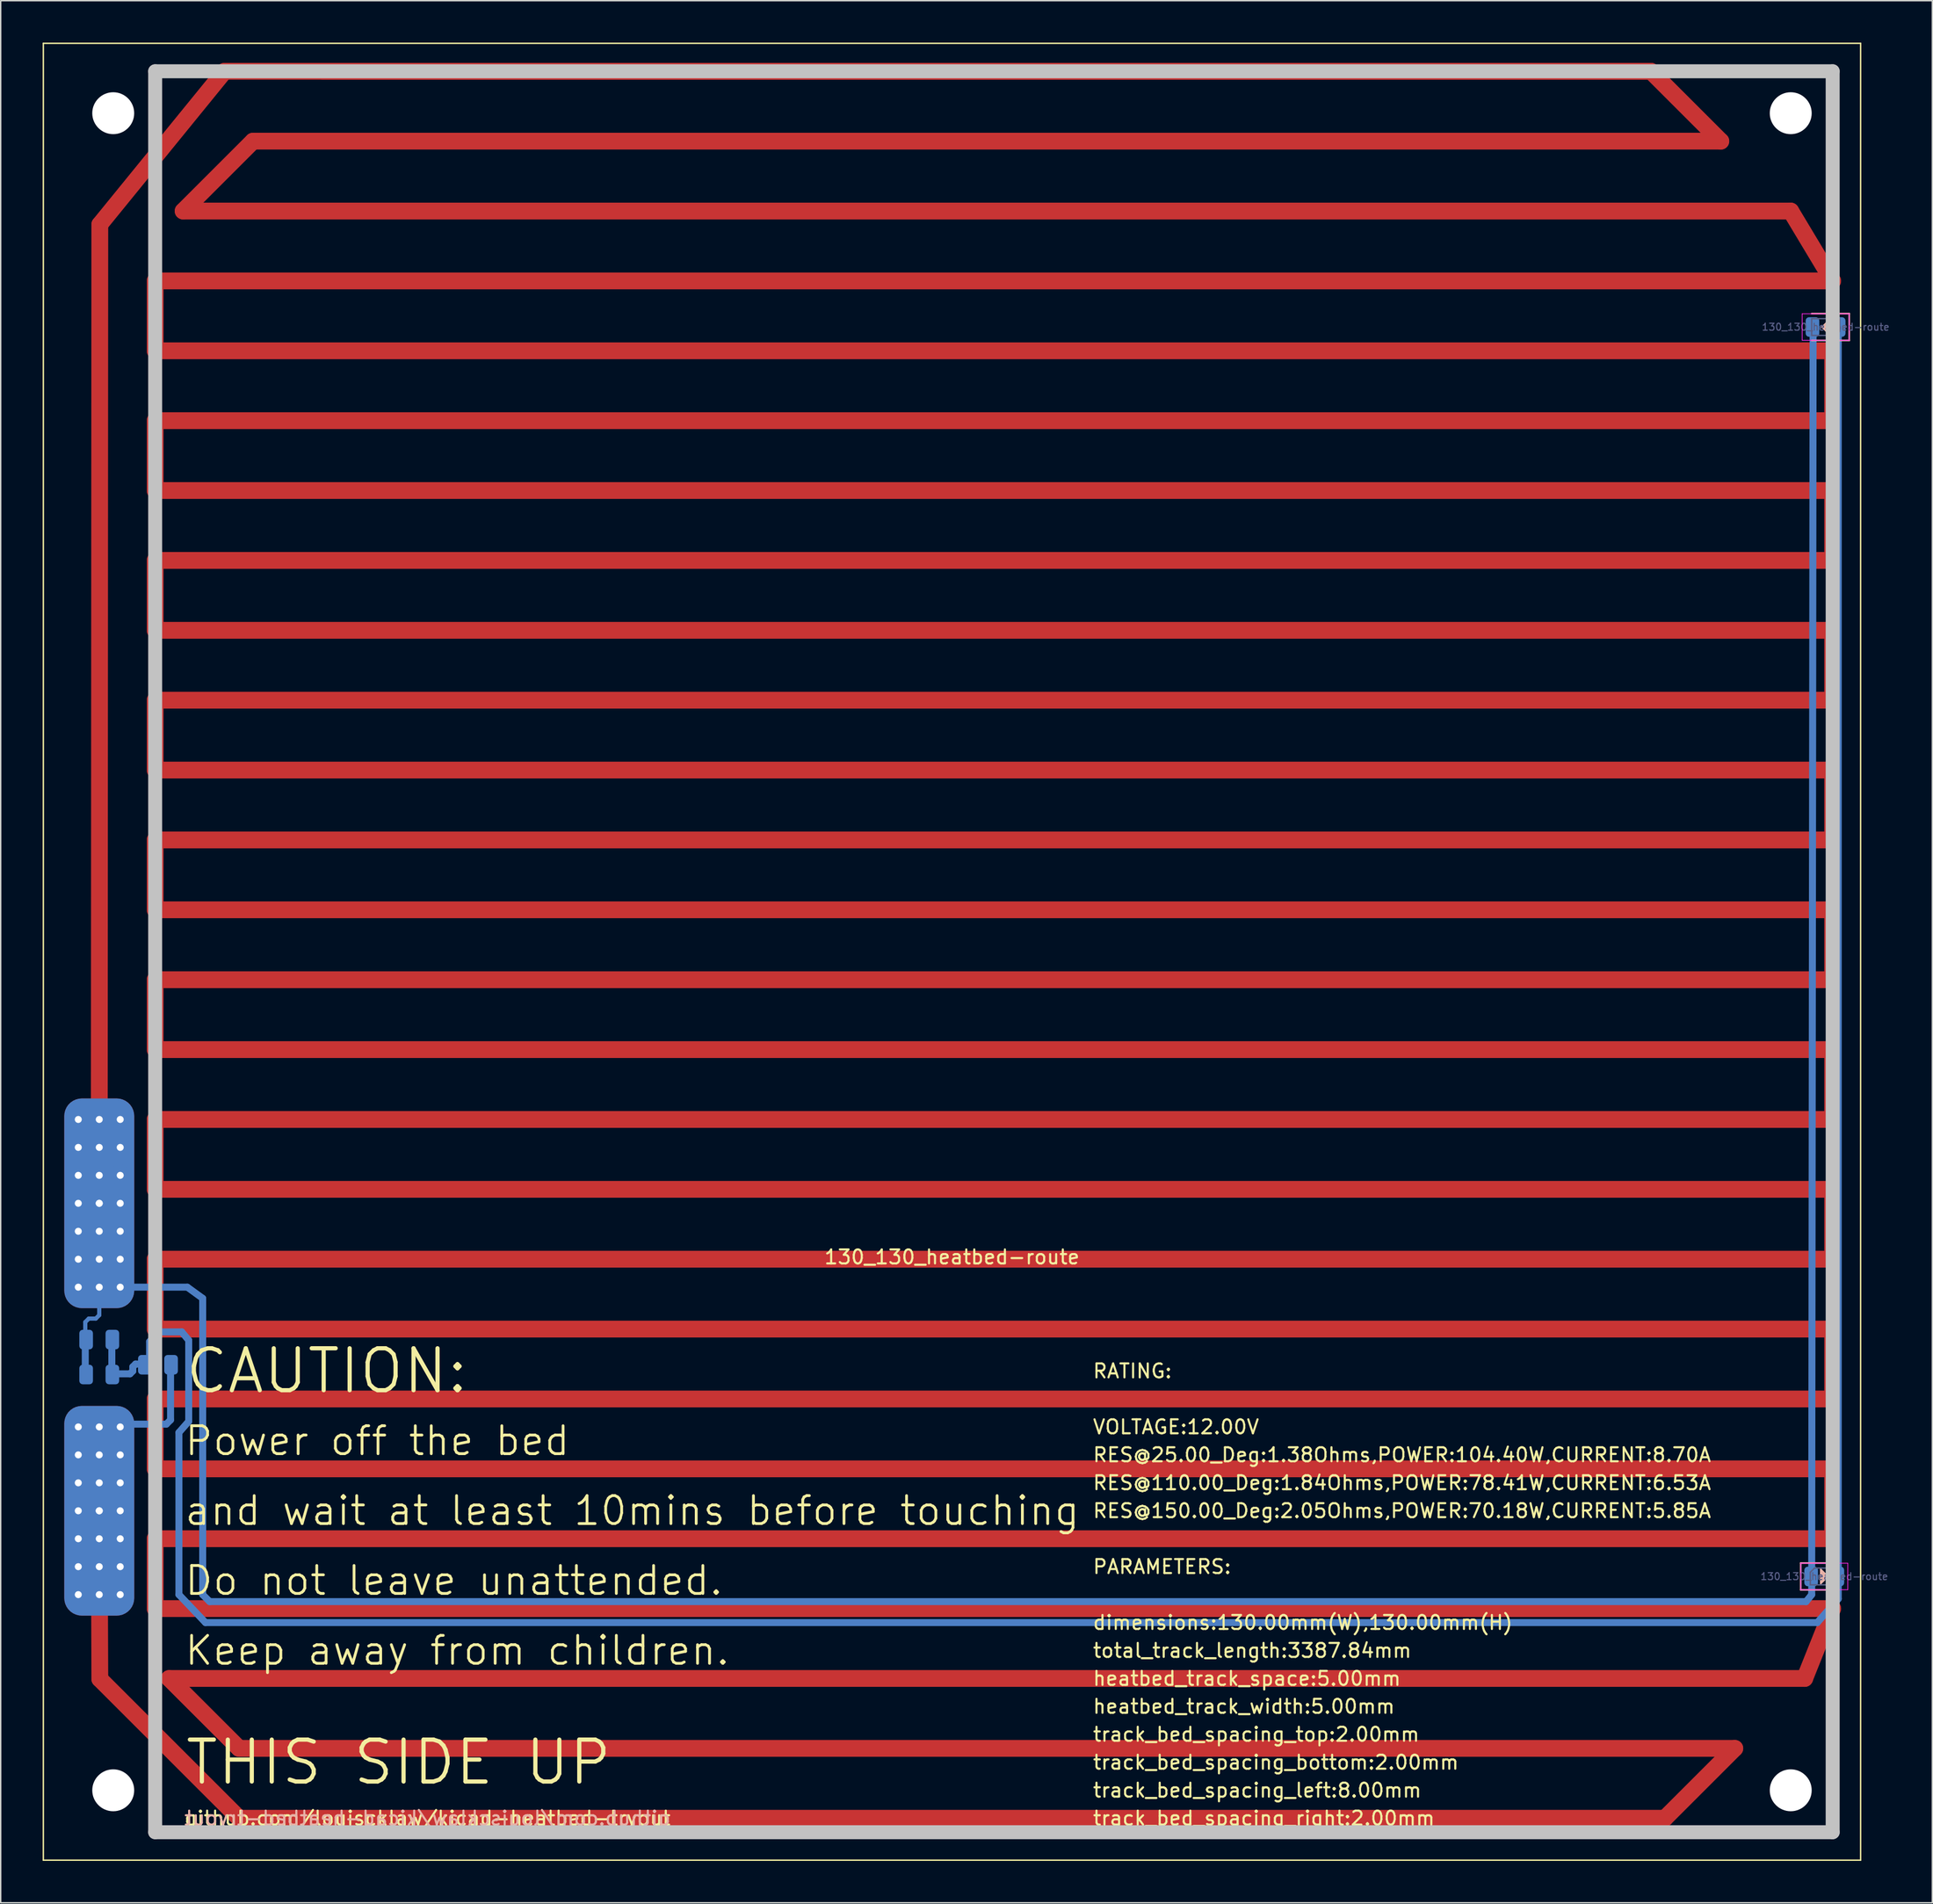
<source format=kicad_pcb>
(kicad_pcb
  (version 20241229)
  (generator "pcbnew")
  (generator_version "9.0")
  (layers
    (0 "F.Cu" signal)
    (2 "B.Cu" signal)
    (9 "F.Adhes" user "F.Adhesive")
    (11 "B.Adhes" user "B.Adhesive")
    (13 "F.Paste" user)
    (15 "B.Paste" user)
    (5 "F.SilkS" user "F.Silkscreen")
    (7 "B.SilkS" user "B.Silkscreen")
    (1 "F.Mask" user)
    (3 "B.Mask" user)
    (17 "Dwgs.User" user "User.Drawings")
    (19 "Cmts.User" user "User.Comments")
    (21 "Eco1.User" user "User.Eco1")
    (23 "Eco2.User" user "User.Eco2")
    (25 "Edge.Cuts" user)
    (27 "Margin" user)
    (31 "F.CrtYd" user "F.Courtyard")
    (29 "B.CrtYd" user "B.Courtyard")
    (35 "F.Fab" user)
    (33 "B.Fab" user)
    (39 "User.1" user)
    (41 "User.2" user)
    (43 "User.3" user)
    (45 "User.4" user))
  (footprint "130_130_heatbed-route"
    (layer "F.Cu")
    (at 65.05 65.05)
    (property "Reference" "130_130_heatbed-route" (at 0 21.844 0) (layer "F.SilkS") (effects (font (size 1 1) (thickness 0.15))))
    (attr through_hole)
    (fp_line (start -61 18) (end -60.96 -52.04) (stroke (width 1.2) (type solid)) (layer "F.Cu"))
    (fp_line (start -60.96 -52.04) (end -52.04 -63) (stroke (width 1.2) (type solid)) (layer "F.Cu"))
    (fp_line (start -60.96 52.04) (end -61 40) (stroke (width 1.2) (type solid)) (layer "F.Cu"))
    (fp_line (start -57 -48) (end -57 -43) (stroke (width 1.2) (type solid)) (layer "F.Cu"))
    (fp_line (start -57 -48) (end 63 -48) (stroke (width 1.2) (type solid)) (layer "F.Cu"))
    (fp_line (start -57 -43) (end 63 -43) (stroke (width 1.2) (type solid)) (layer "F.Cu"))
    (fp_line (start -57 -38) (end -57 -33) (stroke (width 1.2) (type solid)) (layer "F.Cu"))
    (fp_line (start -57 -38) (end 63 -38) (stroke (width 1.2) (type solid)) (layer "F.Cu"))
    (fp_line (start -57 -33) (end 63 -33) (stroke (width 1.2) (type solid)) (layer "F.Cu"))
    (fp_line (start -57 -28) (end -57 -23) (stroke (width 1.2) (type solid)) (layer "F.Cu"))
    (fp_line (start -57 -28) (end 63 -28) (stroke (width 1.2) (type solid)) (layer "F.Cu"))
    (fp_line (start -57 -23) (end 63 -23) (stroke (width 1.2) (type solid)) (layer "F.Cu"))
    (fp_line (start -57 -18) (end -57 -13) (stroke (width 1.2) (type solid)) (layer "F.Cu"))
    (fp_line (start -57 -18) (end 63 -18) (stroke (width 1.2) (type solid)) (layer "F.Cu"))
    (fp_line (start -57 -13) (end 63 -13) (stroke (width 1.2) (type solid)) (layer "F.Cu"))
    (fp_line (start -57 -8) (end -57 -3) (stroke (width 1.2) (type solid)) (layer "F.Cu"))
    (fp_line (start -57 -8) (end 63 -8) (stroke (width 1.2) (type solid)) (layer "F.Cu"))
    (fp_line (start -57 -3) (end 63 -3) (stroke (width 1.2) (type solid)) (layer "F.Cu"))
    (fp_line (start -57 2) (end -57 7) (stroke (width 1.2) (type solid)) (layer "F.Cu"))
    (fp_line (start -57 2) (end 63 2) (stroke (width 1.2) (type solid)) (layer "F.Cu"))
    (fp_line (start -57 7) (end 63 7) (stroke (width 1.2) (type solid)) (layer "F.Cu"))
    (fp_line (start -57 12) (end -57 17) (stroke (width 1.2) (type solid)) (layer "F.Cu"))
    (fp_line (start -57 12) (end 63 12) (stroke (width 1.2) (type solid)) (layer "F.Cu"))
    (fp_line (start -57 17) (end 63 17) (stroke (width 1.2) (type solid)) (layer "F.Cu"))
    (fp_line (start -57 22) (end -57 27) (stroke (width 1.2) (type solid)) (layer "F.Cu"))
    (fp_line (start -57 22) (end 63 22) (stroke (width 1.2) (type solid)) (layer "F.Cu"))
    (fp_line (start -57 27) (end 63 27) (stroke (width 1.2) (type solid)) (layer "F.Cu"))
    (fp_line (start -57 32) (end -57 37) (stroke (width 1.2) (type solid)) (layer "F.Cu"))
    (fp_line (start -57 32) (end 63 32) (stroke (width 1.2) (type solid)) (layer "F.Cu"))
    (fp_line (start -57 37) (end 63 37) (stroke (width 1.2) (type solid)) (layer "F.Cu"))
    (fp_line (start -57 42) (end -57 47) (stroke (width 1.2) (type solid)) (layer "F.Cu"))
    (fp_line (start -57 42) (end 63 42) (stroke (width 1.2) (type solid)) (layer "F.Cu"))
    (fp_line (start -57 47) (end 63 47) (stroke (width 1.2) (type solid)) (layer "F.Cu"))
    (fp_line (start -56 52) (end -51 57) (stroke (width 1.2) (type solid)) (layer "F.Cu"))
    (fp_line (start -56 52) (end 61 52) (stroke (width 1.2) (type solid)) (layer "F.Cu"))
    (fp_line (start -55 -53) (end 60 -53) (stroke (width 1.2) (type solid)) (layer "F.Cu"))
    (fp_line (start -52.04 -63) (end 50 -63) (stroke (width 1.2) (type solid)) (layer "F.Cu"))
    (fp_line (start -51 57) (end 56 57) (stroke (width 1.2) (type solid)) (layer "F.Cu"))
    (fp_line (start -51 62) (end -60.96 52.04) (stroke (width 1.2) (type solid)) (layer "F.Cu"))
    (fp_line (start -50 -58) (end -55 -53) (stroke (width 1.2) (type solid)) (layer "F.Cu"))
    (fp_line (start -50 -58) (end 55 -58) (stroke (width 1.2) (type solid)) (layer "F.Cu"))
    (fp_line (start -46 62) (end -51 62) (stroke (width 1.2) (type solid)) (layer "F.Cu"))
    (fp_line (start -46 62) (end 51 62) (stroke (width 1.2) (type solid)) (layer "F.Cu"))
    (fp_line (start -45 -63) (end 50 -63) (stroke (width 1.2) (type solid)) (layer "F.Cu"))
    (fp_line (start 50 -63) (end 55 -58) (stroke (width 1.2) (type solid)) (layer "F.Cu"))
    (fp_line (start 56 57) (end 51 62) (stroke (width 1.2) (type solid)) (layer "F.Cu"))
    (fp_line (start 60 -53) (end 63 -48) (stroke (width 1.2) (type solid)) (layer "F.Cu"))
    (fp_line (start 63 -43) (end 63 -38) (stroke (width 1.2) (type solid)) (layer "F.Cu"))
    (fp_line (start 63 -33) (end 63 -28) (stroke (width 1.2) (type solid)) (layer "F.Cu"))
    (fp_line (start 63 -23) (end 63 -18) (stroke (width 1.2) (type solid)) (layer "F.Cu"))
    (fp_line (start 63 -13) (end 63 -8) (stroke (width 1.2) (type solid)) (layer "F.Cu"))
    (fp_line (start 63 -3) (end 63 2) (stroke (width 1.2) (type solid)) (layer "F.Cu"))
    (fp_line (start 63 7) (end 63 12) (stroke (width 1.2) (type solid)) (layer "F.Cu"))
    (fp_line (start 63 17) (end 63 22) (stroke (width 1.2) (type solid)) (layer "F.Cu"))
    (fp_line (start 63 27) (end 63 32) (stroke (width 1.2) (type solid)) (layer "F.Cu"))
    (fp_line (start 63 37) (end 63 42) (stroke (width 1.2) (type solid)) (layer "F.Cu"))
    (fp_line (start 63 47) (end 61 52) (stroke (width 1.2) (type solid)) (layer "F.Cu"))
    (fp_circle (center -60 -60) (end -62 -60) (stroke (width 2) (type solid)) (fill no) (layer "F.Mask"))
    (fp_circle (center -60 60) (end -62 60) (stroke (width 2) (type solid)) (fill no) (layer "F.Mask"))
    (fp_circle (center 60 -60) (end 58 -60) (stroke (width 2) (type solid)) (fill no) (layer "F.Mask"))
    (fp_circle (center 60 60) (end 58 60) (stroke (width 2) (type solid)) (fill no) (layer "F.Mask"))
    (fp_line (start -62 26.5) (end -61.75 26.25) (stroke (width 0.3) (type solid)) (layer "B.Cu"))
    (fp_line (start -62 27.7) (end -62 30.3) (stroke (width 0.5) (type solid)) (layer "B.Cu"))
    (fp_line (start -62 27.75) (end -62 26.5) (stroke (width 0.3) (type solid)) (layer "B.Cu"))
    (fp_line (start -61.75 26.25) (end -61.25 26.25) (stroke (width 0.3) (type solid)) (layer "B.Cu"))
    (fp_line (start -61.25 26.25) (end -61 26) (stroke (width 0.3) (type solid)) (layer "B.Cu"))
    (fp_line (start -61 26) (end -61 25) (stroke (width 0.3) (type solid)) (layer "B.Cu"))
    (fp_line (start -60.1 27.7) (end -60.1 30.2) (stroke (width 0.5) (type solid)) (layer "B.Cu"))
    (fp_line (start -60.1 30.2) (end -58.8 30.2) (stroke (width 0.5) (type solid)) (layer "B.Cu"))
    (fp_line (start -58.8 30.2) (end -58.6 30) (stroke (width 0.5) (type solid)) (layer "B.Cu"))
    (fp_line (start -58.6 29.7) (end -58.4 29.5) (stroke (width 0.5) (type solid)) (layer "B.Cu"))
    (fp_line (start -58.6 30) (end -58.6 29.7) (stroke (width 0.5) (type solid)) (layer "B.Cu"))
    (fp_line (start -58.4 29.5) (end -57.8 29.5) (stroke (width 0.5) (type solid)) (layer "B.Cu"))
    (fp_line (start -57.4 27.9) (end -57.4 29.5) (stroke (width 0.5) (type solid)) (layer "B.Cu"))
    (fp_line (start -56.8 27.2) (end -57.4 27.9) (stroke (width 0.5) (type solid)) (layer "B.Cu"))
    (fp_line (start -56.2 33.8) (end -59.5 33.8) (stroke (width 0.5) (type solid)) (layer "B.Cu"))
    (fp_line (start -55.9 29.5) (end -55.9 33.5) (stroke (width 0.5) (type solid)) (layer "B.Cu"))
    (fp_line (start -55.9 33.5) (end -56.2 33.8) (stroke (width 0.5) (type solid)) (layer "B.Cu"))
    (fp_line (start -55.3 34.4) (end -54.6 33.6) (stroke (width 0.5) (type solid)) (layer "B.Cu"))
    (fp_line (start -55.3 46) (end -55.3 34.4) (stroke (width 0.5) (type solid)) (layer "B.Cu"))
    (fp_line (start -55.1 27.2) (end -56.8 27.2) (stroke (width 0.5) (type solid)) (layer "B.Cu"))
    (fp_line (start -54.7 24) (end -59.5 24) (stroke (width 0.5) (type solid)) (layer "B.Cu"))
    (fp_line (start -54.6 27.8) (end -55.1 27.2) (stroke (width 0.5) (type solid)) (layer "B.Cu"))
    (fp_line (start -54.6 33.6) (end -54.6 27.8) (stroke (width 0.5) (type solid)) (layer "B.Cu"))
    (fp_line (start -53.6 24.8) (end -54.7 24) (stroke (width 0.5) (type solid)) (layer "B.Cu"))
    (fp_line (start -53.6 46) (end -53.6 24.8) (stroke (width 0.5) (type solid)) (layer "B.Cu"))
    (fp_line (start -53.4 48) (end -55.3 46) (stroke (width 0.5) (type solid)) (layer "B.Cu"))
    (fp_line (start -53.1 46.5) (end -53.6 46) (stroke (width 0.5) (type solid)) (layer "B.Cu"))
    (fp_line (start 61.1 46.5) (end -53.1 46.5) (stroke (width 0.5) (type solid)) (layer "B.Cu"))
    (fp_line (start 61.5 44.7) (end 61.5 46) (stroke (width 0.5) (type solid)) (layer "B.Cu"))
    (fp_line (start 61.5 44.7) (end 61.6 -44.7) (stroke (width 0.5) (type solid)) (layer "B.Cu"))
    (fp_line (start 61.5 46) (end 61.1 46.5) (stroke (width 0.5) (type solid)) (layer "B.Cu"))
    (fp_line (start 61.9 48) (end -53.4 48) (stroke (width 0.5) (type solid)) (layer "B.Cu"))
    (fp_line (start 63.4 44.7) (end 63.4 -44.7) (stroke (width 0.5) (type solid)) (layer "B.Cu"))
    (fp_line (start 63.4 44.7) (end 63.4 46.3) (stroke (width 0.5) (type solid)) (layer "B.Cu"))
    (fp_line (start 63.4 46.3) (end 61.9 48) (stroke (width 0.5) (type solid)) (layer "B.Cu"))
    (fp_circle (center -60 -60) (end -62 -60) (stroke (width 2) (type solid)) (fill no) (layer "B.Mask"))
    (fp_circle (center -60 60) (end -62 60) (stroke (width 2) (type solid)) (fill no) (layer "B.Mask"))
    (fp_circle (center 60 -60) (end 58 -60) (stroke (width 2) (type solid)) (fill no) (layer "B.Mask"))
    (fp_circle (center 60 60) (end 58 60) (stroke (width 2) (type solid)) (fill no) (layer "B.Mask"))
    (fp_line (start -65 -65) (end 65 -65) (stroke (width 0.1) (type solid)) (layer "F.SilkS"))
    (fp_line (start -65 65) (end -65 -65) (stroke (width 0.1) (type solid)) (layer "F.SilkS"))
    (fp_line (start 65 -65) (end 65 65) (stroke (width 0.1) (type solid)) (layer "F.SilkS"))
    (fp_line (start 65 65) (end -65 65) (stroke (width 0.1) (type solid)) (layer "F.SilkS"))
    (fp_line (start 60.715 43.74) (end 60.715 45.66) (stroke (width 0.12) (type solid)) (layer "B.SilkS"))
    (fp_line (start 60.715 45.66) (end 63.4 45.66) (stroke (width 0.12) (type solid)) (layer "B.SilkS"))
    (fp_line (start 61.5 -43.74) (end 64.185 -43.74) (stroke (width 0.12) (type solid)) (layer "B.SilkS"))
    (fp_line (start 62.15 44.2) (end 62.15 45.2) (stroke (width 0.12) (type solid)) (layer "B.SilkS"))
    (fp_line (start 62.15 44.2) (end 62.2 44.4) (stroke (width 0.12) (type solid)) (layer "B.SilkS"))
    (fp_line (start 62.15 45.2) (end 62.65 44.7) (stroke (width 0.12) (type solid)) (layer "B.SilkS"))
    (fp_line (start 62.2 44.4) (end 62.2 45) (stroke (width 0.12) (type solid)) (layer "B.SilkS"))
    (fp_line (start 62.2 45) (end 62.5 44.7) (stroke (width 0.12) (type solid)) (layer "B.SilkS"))
    (fp_line (start 62.25 -44.7) (end 62.75 -44.2) (stroke (width 0.12) (type solid)) (layer "B.SilkS"))
    (fp_line (start 62.3 44.4) (end 62.3 44.8) (stroke (width 0.12) (type solid)) (layer "B.SilkS"))
    (fp_line (start 62.3 44.8) (end 62.4 44.7) (stroke (width 0.12) (type solid)) (layer "B.SilkS"))
    (fp_line (start 62.4 -44.7) (end 62.6 -44.4) (stroke (width 0.12) (type solid)) (layer "B.SilkS"))
    (fp_line (start 62.4 44.7) (end 62.3 44.6) (stroke (width 0.12) (type solid)) (layer "B.SilkS"))
    (fp_line (start 62.5 -44.7) (end 62.6 -44.6) (stroke (width 0.12) (type solid)) (layer "B.SilkS"))
    (fp_line (start 62.5 44.7) (end 62.3 44.4) (stroke (width 0.12) (type solid)) (layer "B.SilkS"))
    (fp_line (start 62.6 -44.8) (end 62.5 -44.7) (stroke (width 0.12) (type solid)) (layer "B.SilkS"))
    (fp_line (start 62.6 -44.4) (end 62.6 -44.8) (stroke (width 0.12) (type solid)) (layer "B.SilkS"))
    (fp_line (start 62.65 44.7) (end 62.15 44.2) (stroke (width 0.12) (type solid)) (layer "B.SilkS"))
    (fp_line (start 62.7 -45) (end 62.4 -44.7) (stroke (width 0.12) (type solid)) (layer "B.SilkS"))
    (fp_line (start 62.7 -44.4) (end 62.7 -45) (stroke (width 0.12) (type solid)) (layer "B.SilkS"))
    (fp_line (start 62.75 -45.2) (end 62.25 -44.7) (stroke (width 0.12) (type solid)) (layer "B.SilkS"))
    (fp_line (start 62.75 -44.2) (end 62.7 -44.4) (stroke (width 0.12) (type solid)) (layer "B.SilkS"))
    (fp_line (start 62.75 -44.2) (end 62.75 -45.2) (stroke (width 0.12) (type solid)) (layer "B.SilkS"))
    (fp_line (start 63.4 43.74) (end 60.715 43.74) (stroke (width 0.12) (type solid)) (layer "B.SilkS"))
    (fp_line (start 64.185 -45.66) (end 61.5 -45.66) (stroke (width 0.12) (type solid)) (layer "B.SilkS"))
    (fp_line (start 64.185 -43.74) (end 64.185 -45.66) (stroke (width 0.12) (type solid)) (layer "B.SilkS"))
    (fp_line (start -57 -63) (end -57 63) (stroke (width 1) (type solid)) (layer "Dwgs.User"))
    (fp_line (start -57 -63) (end 63 -63) (stroke (width 1) (type solid)) (layer "Dwgs.User"))
    (fp_line (start -57 63) (end 63 63) (stroke (width 1) (type solid)) (layer "Dwgs.User"))
    (fp_line (start 63 -63) (end 63 63) (stroke (width 1) (type solid)) (layer "Dwgs.User"))
    (fp_line (start 60.72 43.75) (end 64.08 43.75) (stroke (width 0.05) (type solid)) (layer "F.CrtYd"))
    (fp_line (start 60.72 45.65) (end 60.72 43.75) (stroke (width 0.05) (type solid)) (layer "F.CrtYd"))
    (fp_line (start 60.82 -45.65) (end 64.18 -45.65) (stroke (width 0.05) (type solid)) (layer "F.CrtYd"))
    (fp_line (start 60.82 -43.75) (end 60.82 -45.65) (stroke (width 0.05) (type solid)) (layer "F.CrtYd"))
    (fp_line (start 64.08 43.75) (end 64.08 45.65) (stroke (width 0.05) (type solid)) (layer "F.CrtYd"))
    (fp_line (start 64.08 45.65) (end 60.72 45.65) (stroke (width 0.05) (type solid)) (layer "F.CrtYd"))
    (fp_line (start 64.18 -45.65) (end 64.18 -43.75) (stroke (width 0.05) (type solid)) (layer "F.CrtYd"))
    (fp_line (start 64.18 -43.75) (end 60.82 -43.75) (stroke (width 0.05) (type solid)) (layer "F.CrtYd"))
    (fp_line (start 61.4 44.4) (end 61.4 45.3) (stroke (width 0.1) (type solid)) (layer "B.Fab"))
    (fp_line (start 61.4 45.3) (end 63.4 45.3) (stroke (width 0.1) (type solid)) (layer "B.Fab"))
    (fp_line (start 61.5 -45.3) (end 61.5 -44.1) (stroke (width 0.1) (type solid)) (layer "B.Fab"))
    (fp_line (start 61.5 -44.1) (end 63.2 -44.1) (stroke (width 0.1) (type solid)) (layer "B.Fab"))
    (fp_line (start 61.7 44.1) (end 61.4 44.4) (stroke (width 0.1) (type solid)) (layer "B.Fab"))
    (fp_line (start 63.2 -44.1) (end 63.5 -44.4) (stroke (width 0.1) (type solid)) (layer "B.Fab"))
    (fp_line (start 63.4 44.1) (end 61.7 44.1) (stroke (width 0.1) (type solid)) (layer "B.Fab"))
    (fp_line (start 63.4 45.3) (end 63.4 44.1) (stroke (width 0.1) (type solid)) (layer "B.Fab"))
    (fp_line (start 63.5 -45.3) (end 61.5 -45.3) (stroke (width 0.1) (type solid)) (layer "B.Fab"))
    (fp_line (start 63.5 -44.4) (end 63.5 -45.3) (stroke (width 0.1) (type solid)) (layer "B.Fab"))
    (fp_text user "" (at 10 42 0) (layer "F.SilkS") (effects (font (size 1 1) (thickness 0.15)) (justify left)))
    (fp_text user "track_bed_spacing_right:2.00mm" (at 10 62 0) (layer "F.SilkS") (effects (font (size 1 1) (thickness 0.15)) (justify left)))
    (fp_text user "Do not leave unattended." (at -55 45 0) (layer "F.SilkS") (effects (font (size 2 2) (thickness 0.2)) (justify left)))
    (fp_text user "VOLTAGE:12.00V" (at 10 34 0) (layer "F.SilkS") (effects (font (size 1 1) (thickness 0.15)) (justify left)))
    (fp_text user "RES@110.00_Deg:1.84Ohms,POWER:78.41W,CURRENT:6.53A" (at 10 38 0) (layer "F.SilkS") (effects (font (size 1 1) (thickness 0.15)) (justify left)))
    (fp_text user "heatbed_track_space:5.00mm" (at 10 52 0) (layer "F.SilkS") (effects (font (size 1 1) (thickness 0.15)) (justify left)))
    (fp_text user "Power off the bed" (at -55 35 0) (layer "F.SilkS") (effects (font (size 2 2) (thickness 0.2)) (justify left)))
    (fp_text user "Keep away from children." (at -55 50 0) (layer "F.SilkS") (effects (font (size 2 2) (thickness 0.2)) (justify left)))
    (fp_text user "track_bed_spacing_left:8.00mm" (at 10 60 0) (layer "F.SilkS") (effects (font (size 1 1) (thickness 0.15)) (justify left)))
    (fp_text user "dimensions:130.00mm(W),130.00mm(H)" (at 10 48 0) (layer "F.SilkS") (effects (font (size 1 1) (thickness 0.15)) (justify left)))
    (fp_text user "track_bed_spacing_top:2.00mm" (at 10 56 0) (layer "F.SilkS") (effects (font (size 1 1) (thickness 0.15)) (justify left)))
    (fp_text user "github.com/louiscklaw/kicad-heatbed-tryout" (at -55 62 0) (layer "F.SilkS") (effects (font (size 1 1) (thickness 0.15)) (justify left)))
    (fp_text user "total_track_length:3387.84mm" (at 10 50 0) (layer "F.SilkS") (effects (font (size 1 1) (thickness 0.15)) (justify left)))
    (fp_text user "heatbed_track_width:5.00mm" (at 10 54 0) (layer "F.SilkS") (effects (font (size 1 1) (thickness 0.15)) (justify left)))
    (fp_text user "" (at 10 46 0) (layer "F.SilkS") (effects (font (size 1 1) (thickness 0.15)) (justify left)))
    (fp_text user "" (at 10 32 0) (layer "F.SilkS") (effects (font (size 1 1) (thickness 0.15)) (justify left)))
    (fp_text user "CAUTION:" (at -55 30 0) (layer "F.SilkS") (effects (font (size 3 3) (thickness 0.3)) (justify left)))
    (fp_text user "PARAMETERS:" (at 10 44 0) (layer "F.SilkS") (effects (font (size 1 1) (thickness 0.15)) (justify left)))
    (fp_text user "RES@150.00_Deg:2.05Ohms,POWER:70.18W,CURRENT:5.85A" (at 10 40 0) (layer "F.SilkS") (effects (font (size 1 1) (thickness 0.15)) (justify left)))
    (fp_text user "THIS SIDE UP" (at -55 58 0) (layer "F.SilkS") (effects (font (size 3 3) (thickness 0.3)) (justify left)))
    (fp_text user "RES@25.00_Deg:1.38Ohms,POWER:104.40W,CURRENT:8.70A" (at 10 36 0) (layer "F.SilkS") (effects (font (size 1 1) (thickness 0.15)) (justify left)))
    (fp_text user "RATING:" (at 10 30 0) (layer "F.SilkS") (effects (font (size 1 1) (thickness 0.15)) (justify left)))
    (fp_text user "track_bed_spacing_bottom:2.00mm" (at 10 58 0) (layer "F.SilkS") (effects (font (size 1 1) (thickness 0.15)) (justify left)))
    (fp_text user "and wait at least 10mins before touching" (at -55 40 0) (layer "F.SilkS") (effects (font (size 2 2) (thickness 0.2)) (justify left)))
    (fp_text user "github.com/louiscklaw/kicad-heatbed-tryout" (at -55 62 0) (layer "B.SilkS") (effects (font (size 1 1) (thickness 0.15)) (justify right mirror)))
    (fp_text user "${REFERENCE}" (at 62.5 -44.7 180) (layer "B.Fab") (effects (font (size 0.5 0.5) (thickness 0.08))))
    (fp_text user "${REFERENCE}" (at 62.4 44.7 0) (layer "B.Fab") (effects (font (size 0.5 0.5) (thickness 0.08))))
    (pad "" np_thru_hole circle (at -60 -60) (size 3 3) (drill 3) (layers "*.Cu" "*.Mask"))
    (pad "" np_thru_hole circle (at -60 60) (size 3 3) (drill 3) (layers "*.Cu" "*.Mask"))
    (pad "" np_thru_hole circle (at 60 -60) (size 3 3) (drill 3) (layers "*.Cu" "*.Mask"))
    (pad "" np_thru_hole circle (at 60 60) (size 3 3) (drill 3) (layers "*.Cu" "*.Mask"))
    (pad "1" thru_hole circle (at -62.5 12) (size 1.5 1.5) (drill 0.5) (layers "*.Cu" "B.Mask" "B.Paste"))
    (pad "1" thru_hole circle (at -62.5 14) (size 1.5 1.5) (drill 0.5) (layers "*.Cu" "B.Mask" "B.Paste"))
    (pad "1" thru_hole circle (at -62.5 16) (size 1.5 1.5) (drill 0.5) (layers "*.Cu" "B.Mask" "B.Paste"))
    (pad "1" thru_hole circle (at -62.5 18) (size 1.5 1.5) (drill 0.5) (layers "*.Cu" "B.Mask" "B.Paste"))
    (pad "1" thru_hole circle (at -62.5 20) (size 1.5 1.5) (drill 0.5) (layers "*.Cu" "B.Mask" "B.Paste"))
    (pad "1" thru_hole circle (at -62.5 22) (size 1.5 1.5) (drill 0.5) (layers "*.Cu" "B.Mask" "B.Paste"))
    (pad "1" thru_hole circle (at -62.5 24) (size 1.5 1.5) (drill 0.5) (layers "*.Cu" "B.Mask" "B.Paste"))
    (pad "1" smd roundrect (at -61.938 27.75) (size 0.975 1.4) (layers "B.Cu" "B.Mask") (roundrect_rratio 0.25))
    (pad "1" smd roundrect (at -61.938 30.25 180) (size 0.975 1.4) (layers "B.Cu" "B.Mask") (roundrect_rratio 0.25))
    (pad "1" thru_hole circle (at -61 12) (size 1.5 1.5) (drill 0.5) (layers "*.Cu" "B.Mask" "B.Paste"))
    (pad "1" thru_hole circle (at -61 14) (size 1.5 1.5) (drill 0.5) (layers "*.Cu" "B.Mask" "B.Paste"))
    (pad "1" thru_hole circle (at -61 16) (size 1.5 1.5) (drill 0.5) (layers "*.Cu" "B.Mask" "B.Paste"))
    (pad "1" thru_hole circle (at -61 18) (size 1.5 1.5) (drill 0.5) (layers "*.Cu" "B.Mask" "B.Paste"))
    (pad "1" thru_hole roundrect (at -61 18) (size 5 15) (drill 0.5) (layers "*.Cu" "B.Mask" "B.Paste") (roundrect_rratio 0.25))
    (pad "1" thru_hole circle (at -61 20) (size 1.5 1.5) (drill 0.5) (layers "*.Cu" "B.Mask" "B.Paste"))
    (pad "1" thru_hole circle (at -61 22) (size 1.5 1.5) (drill 0.5) (layers "*.Cu" "B.Mask" "B.Paste"))
    (pad "1" thru_hole circle (at -61 24) (size 1.5 1.5) (drill 0.5) (layers "*.Cu" "B.Mask" "B.Paste"))
    (pad "1" thru_hole circle (at -59.5 12) (size 1.5 1.5) (drill 0.5) (layers "*.Cu" "B.Mask" "B.Paste"))
    (pad "1" thru_hole circle (at -59.5 14) (size 1.5 1.5) (drill 0.5) (layers "*.Cu" "B.Mask" "B.Paste"))
    (pad "1" thru_hole circle (at -59.5 16) (size 1.5 1.5) (drill 0.5) (layers "*.Cu" "B.Mask" "B.Paste"))
    (pad "1" thru_hole circle (at -59.5 18) (size 1.5 1.5) (drill 0.5) (layers "*.Cu" "B.Mask" "B.Paste"))
    (pad "1" thru_hole circle (at -59.5 20) (size 1.5 1.5) (drill 0.5) (layers "*.Cu" "B.Mask" "B.Paste"))
    (pad "1" thru_hole circle (at -59.5 22) (size 1.5 1.5) (drill 0.5) (layers "*.Cu" "B.Mask" "B.Paste"))
    (pad "1" thru_hole circle (at -59.5 24) (size 1.5 1.5) (drill 0.5) (layers "*.Cu" "B.Mask" "B.Paste"))
    (pad "1" smd roundrect (at 61.462 44.7) (size 0.975 1.4) (layers "B.Cu" "B.Mask" "B.Paste") (roundrect_rratio 0.25))
    (pad "1" smd roundrect (at 63.43 -44.7 180) (size 0.975 1.4) (layers "B.Cu" "B.Mask" "B.Paste") (roundrect_rratio 0.25))
    (pad "2" thru_hole circle (at -62.5 34) (size 1.5 1.5) (drill 0.5) (layers "*.Cu" "B.Mask" "B.Paste"))
    (pad "2" thru_hole circle (at -62.5 36) (size 1.5 1.5) (drill 0.5) (layers "*.Cu" "B.Mask" "B.Paste"))
    (pad "2" thru_hole circle (at -62.5 38) (size 1.5 1.5) (drill 0.5) (layers "*.Cu" "B.Mask" "B.Paste"))
    (pad "2" thru_hole circle (at -62.5 40) (size 1.5 1.5) (drill 0.5) (layers "*.Cu" "B.Mask" "B.Paste"))
    (pad "2" thru_hole circle (at -62.5 42) (size 1.5 1.5) (drill 0.5) (layers "*.Cu" "B.Mask" "B.Paste"))
    (pad "2" thru_hole circle (at -62.5 44) (size 1.5 1.5) (drill 0.5) (layers "*.Cu" "B.Mask" "B.Paste"))
    (pad "2" thru_hole circle (at -62.5 46) (size 1.5 1.5) (drill 0.5) (layers "*.Cu" "B.Mask" "B.Paste"))
    (pad "2" thru_hole circle (at -61 34) (size 1.5 1.5) (drill 0.5) (layers "*.Cu" "B.Mask" "B.Paste"))
    (pad "2" thru_hole circle (at -61 36) (size 1.5 1.5) (drill 0.5) (layers "*.Cu" "B.Mask" "B.Paste"))
    (pad "2" thru_hole circle (at -61 38) (size 1.5 1.5) (drill 0.5) (layers "*.Cu" "B.Mask" "B.Paste"))
    (pad "2" thru_hole circle (at -61 40) (size 1.5 1.5) (drill 0.5) (layers "*.Cu" "B.Mask" "B.Paste"))
    (pad "2" thru_hole roundrect (at -61 40) (size 5 15) (drill 0.5) (layers "*.Cu" "B.Mask" "B.Paste") (roundrect_rratio 0.25))
    (pad "2" thru_hole circle (at -61 42) (size 1.5 1.5) (drill 0.5) (layers "*.Cu" "B.Mask" "B.Paste"))
    (pad "2" thru_hole circle (at -61 44) (size 1.5 1.5) (drill 0.5) (layers "*.Cu" "B.Mask" "B.Paste"))
    (pad "2" thru_hole circle (at -61 46) (size 1.5 1.5) (drill 0.5) (layers "*.Cu" "B.Mask" "B.Paste"))
    (pad "2" thru_hole circle (at -59.5 34) (size 1.5 1.5) (drill 0.5) (layers "*.Cu" "B.Mask" "B.Paste"))
    (pad "2" thru_hole circle (at -59.5 36) (size 1.5 1.5) (drill 0.5) (layers "*.Cu" "B.Mask" "B.Paste"))
    (pad "2" thru_hole circle (at -59.5 38) (size 1.5 1.5) (drill 0.5) (layers "*.Cu" "B.Mask" "B.Paste"))
    (pad "2" thru_hole circle (at -59.5 40) (size 1.5 1.5) (drill 0.5) (layers "*.Cu" "B.Mask" "B.Paste"))
    (pad "2" thru_hole circle (at -59.5 42) (size 1.5 1.5) (drill 0.5) (layers "*.Cu" "B.Mask" "B.Paste"))
    (pad "2" thru_hole circle (at -59.5 44) (size 1.5 1.5) (drill 0.5) (layers "*.Cu" "B.Mask" "B.Paste"))
    (pad "2" thru_hole circle (at -59.5 46) (size 1.5 1.5) (drill 0.5) (layers "*.Cu" "B.Mask" "B.Paste"))
    (pad "2" smd roundrect (at -55.862 29.55 180) (size 0.975 1.4) (layers "B.Cu" "B.Mask") (roundrect_rratio 0.25))
    (pad "2" smd roundrect (at 61.555 -44.7 180) (size 0.975 1.4) (layers "B.Cu" "B.Mask" "B.Paste") (roundrect_rratio 0.25))
    (pad "2" smd roundrect (at 63.337 44.7) (size 0.975 1.4) (layers "B.Cu" "B.Mask" "B.Paste") (roundrect_rratio 0.25))
    (pad "R1" smd roundrect (at -60.062 27.75) (size 0.975 1.4) (layers "B.Cu" "B.Mask") (roundrect_rratio 0.25))
    (pad "R1" smd roundrect (at -60.062 30.25 180) (size 0.975 1.4) (layers "B.Cu" "B.Mask") (roundrect_rratio 0.25))
    (pad "R1" smd roundrect (at -57.737 29.55 180) (size 0.975 1.4) (layers "B.Cu" "B.Mask") (roundrect_rratio 0.25)))
  (gr_rect
    (start -3 -3)
    (end 135.18 133.1)
    (stroke (width 0.1) (type default))
    (fill no)
    (layer "Edge.Cuts")))
</source>
